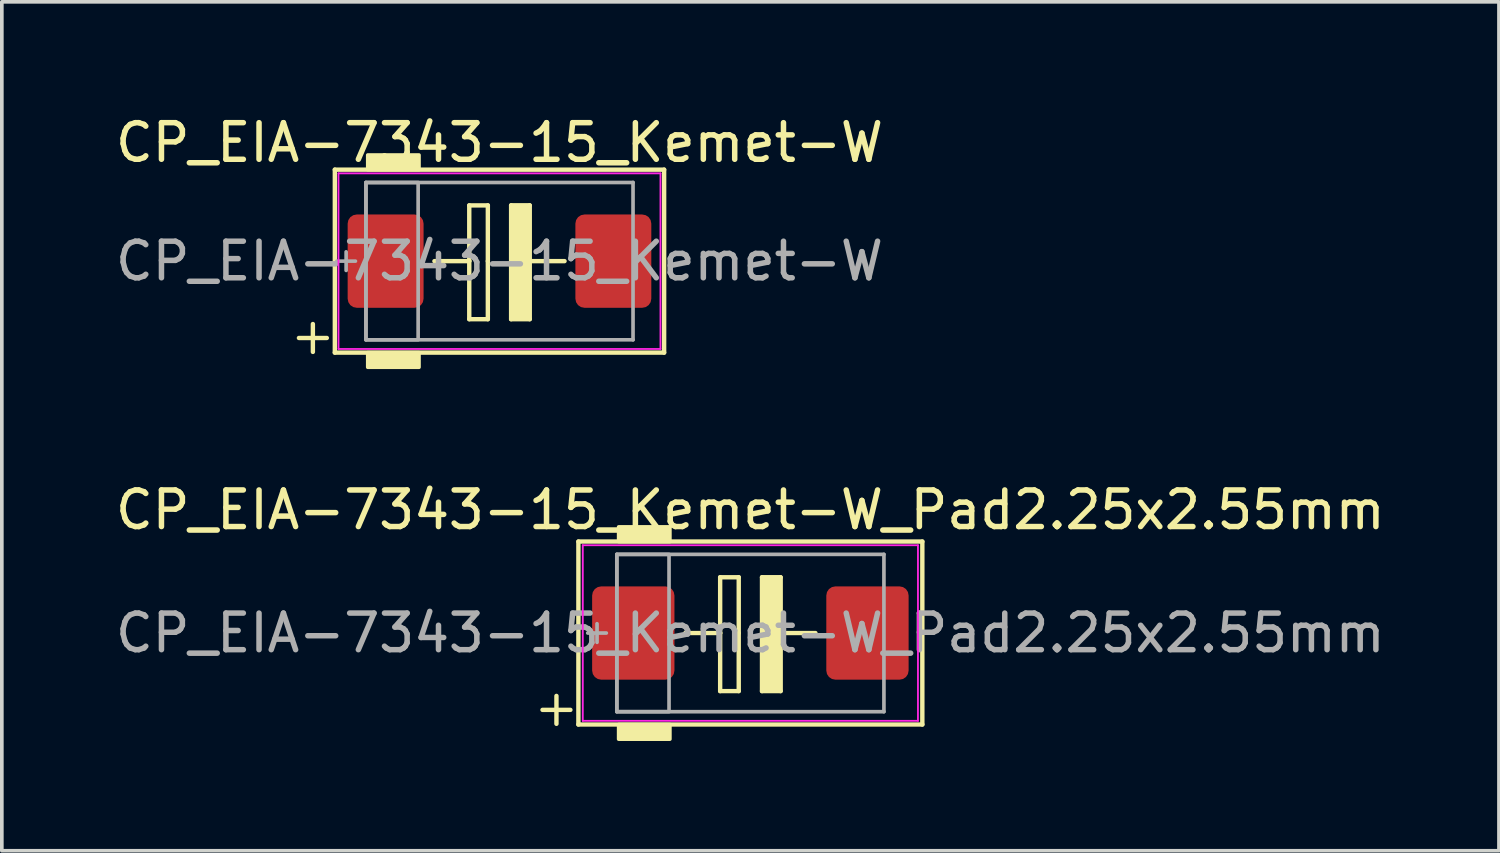
<source format=kicad_pcb>
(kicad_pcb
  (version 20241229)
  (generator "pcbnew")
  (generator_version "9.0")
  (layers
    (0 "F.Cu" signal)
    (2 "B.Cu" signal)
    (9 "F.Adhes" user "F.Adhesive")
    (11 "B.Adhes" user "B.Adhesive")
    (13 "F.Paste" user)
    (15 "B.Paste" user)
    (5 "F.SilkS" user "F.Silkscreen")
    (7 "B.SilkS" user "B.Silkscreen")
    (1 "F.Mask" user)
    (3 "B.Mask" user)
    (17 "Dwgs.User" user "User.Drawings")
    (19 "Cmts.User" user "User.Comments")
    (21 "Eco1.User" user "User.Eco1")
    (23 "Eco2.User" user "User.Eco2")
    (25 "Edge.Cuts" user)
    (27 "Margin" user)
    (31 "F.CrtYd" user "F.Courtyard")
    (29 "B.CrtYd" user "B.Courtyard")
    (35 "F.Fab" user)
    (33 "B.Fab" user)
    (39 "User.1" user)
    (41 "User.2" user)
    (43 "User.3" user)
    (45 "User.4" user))
  (footprint "CP_EIA-7343-15_Kemet-W_Pad2.25x2.55mm"
    (layer "F.Cu")
    (at 17.458 14.251)
    (property "Reference" "CP_EIA-7343-15_Kemet-W_Pad2.25x2.55mm" (at 0 -3.365 0) (layer "F.SilkS") (effects (font (size 1 1) (thickness 0.15))))
    (attr smd)
    (fp_line (start -5.681 2.1) (end -4.919 2.1) (stroke (width 0.12) (type solid)) (layer "F.SilkS"))
    (fp_line (start -5.3 1.719) (end -5.3 2.481) (stroke (width 0.12) (type solid)) (layer "F.SilkS"))
    (fp_line (start -4.7 -2.5) (end -4.7 2.5) (stroke (width 0.12) (type solid)) (layer "F.SilkS"))
    (fp_line (start -4.7 2.5) (end 4.7 2.5) (stroke (width 0.12) (type solid)) (layer "F.SilkS"))
    (fp_line (start -1.778 0) (end -0.826 0) (stroke (width 0.12) (type solid)) (layer "F.SilkS"))
    (fp_line (start -0.826 -1.524) (end -0.826 0) (stroke (width 0.12) (type solid)) (layer "F.SilkS"))
    (fp_line (start -0.826 1.587) (end -0.826 0) (stroke (width 0.12) (type solid)) (layer "F.SilkS"))
    (fp_line (start -0.826 1.587) (end -0.318 1.587) (stroke (width 0.12) (type solid)) (layer "F.SilkS"))
    (fp_line (start -0.318 -1.524) (end -0.826 -1.524) (stroke (width 0.12) (type solid)) (layer "F.SilkS"))
    (fp_line (start -0.318 -1.524) (end -0.318 0) (stroke (width 0.12) (type solid)) (layer "F.SilkS"))
    (fp_line (start -0.318 1.587) (end -0.318 0) (stroke (width 0.12) (type solid)) (layer "F.SilkS"))
    (fp_line (start 0.318 -1.524) (end 0.318 0) (stroke (width 0.12) (type solid)) (layer "F.SilkS"))
    (fp_line (start 0.318 1.587) (end 0.318 0) (stroke (width 0.12) (type solid)) (layer "F.SilkS"))
    (fp_line (start 0.318 1.587) (end 0.826 1.587) (stroke (width 0.12) (type solid)) (layer "F.SilkS"))
    (fp_line (start 0.826 -1.524) (end 0.318 -1.524) (stroke (width 0.12) (type solid)) (layer "F.SilkS"))
    (fp_line (start 0.826 -1.524) (end 0.826 0) (stroke (width 0.12) (type solid)) (layer "F.SilkS"))
    (fp_line (start 0.826 0) (end 1.778 0) (stroke (width 0.12) (type solid)) (layer "F.SilkS"))
    (fp_line (start 0.826 1.587) (end 0.826 0) (stroke (width 0.12) (type solid)) (layer "F.SilkS"))
    (fp_line (start 4.7 -2.5) (end -4.7 -2.5) (stroke (width 0.12) (type solid)) (layer "F.SilkS"))
    (fp_line (start 4.7 2.5) (end 4.7 -2.5) (stroke (width 0.12) (type solid)) (layer "F.SilkS"))
    (fp_poly (pts (xy -2.2 -2.5) (xy -3.6 -2.5) (xy -3.6 -2.9) (xy -2.2 -2.9)) (stroke (width 0.1) (type solid)) (fill yes) (layer "F.SilkS"))
    (fp_poly (pts (xy -2.2 2.9) (xy -3.6 2.9) (xy -3.6 2.5) (xy -2.2 2.5)) (stroke (width 0.1) (type solid)) (fill yes) (layer "F.SilkS"))
    (fp_poly (pts (xy 0.826 1.587) (xy 0.318 1.587) (xy 0.318 -1.524) (xy 0.826 -1.524)) (stroke (width 0.1) (type solid)) (fill yes) (layer "F.SilkS"))
    (fp_line (start -4.58 -2.4) (end 4.58 -2.4) (stroke (width 0.05) (type solid)) (layer "F.CrtYd"))
    (fp_line (start -4.58 2.4) (end -4.58 -2.4) (stroke (width 0.05) (type solid)) (layer "F.CrtYd"))
    (fp_line (start 4.58 -2.4) (end 4.58 2.4) (stroke (width 0.05) (type solid)) (layer "F.CrtYd"))
    (fp_line (start 4.58 2.4) (end -4.58 2.4) (stroke (width 0.05) (type solid)) (layer "F.CrtYd"))
    (fp_line (start -4.191 -0.254) (end -4.191 0.254) (stroke (width 0.1) (type solid)) (layer "F.Fab"))
    (fp_line (start -3.937 0) (end -4.445 0) (stroke (width 0.1) (type solid)) (layer "F.Fab"))
    (fp_line (start -3.65 -2.15) (end -3.65 2.15) (stroke (width 0.1) (type solid)) (layer "F.Fab"))
    (fp_line (start -3.65 2.15) (end 3.65 2.15) (stroke (width 0.1) (type solid)) (layer "F.Fab"))
    (fp_line (start 3.65 -2.15) (end -3.65 -2.15) (stroke (width 0.1) (type solid)) (layer "F.Fab"))
    (fp_line (start 3.65 2.15) (end 3.65 -2.15) (stroke (width 0.1) (type solid)) (layer "F.Fab"))
    (fp_rect (start -3.65 -2.15) (end -2.223 2.15) (stroke (width 0.1) (type solid)) (fill no) (layer "F.Fab"))
    (fp_text user "${REFERENCE}" (at 0 0 0) (layer "F.Fab") (effects (font (size 1 1) (thickness 0.15))))
    (pad "1" smd roundrect (at -3.2 0) (size 2.25 2.55) (layers "F.Cu" "F.Mask" "F.Paste") (roundrect_rratio 0.111))
    (pad "2" smd roundrect (at 3.2 0) (size 2.25 2.55) (layers "F.Cu" "F.Mask" "F.Paste") (roundrect_rratio 0.111)))
  (footprint "CP_EIA-7343-15_Kemet-W"
    (layer "F.Cu")
    (at 10.601 4.087)
    (property "Reference" "CP_EIA-7343-15_Kemet-W" (at 0 -3.239 0) (layer "F.SilkS") (effects (font (size 1 1) (thickness 0.15))))
    (attr smd)
    (fp_line (start -5.481 2.1) (end -4.719 2.1) (stroke (width 0.12) (type solid)) (layer "F.SilkS"))
    (fp_line (start -5.1 1.719) (end -5.1 2.481) (stroke (width 0.12) (type solid)) (layer "F.SilkS"))
    (fp_line (start -4.5 -2.5) (end -4.5 2.5) (stroke (width 0.12) (type solid)) (layer "F.SilkS"))
    (fp_line (start -4.5 2.5) (end 4.5 2.5) (stroke (width 0.12) (type solid)) (layer "F.SilkS"))
    (fp_line (start -1.778 0) (end -0.826 0) (stroke (width 0.12) (type solid)) (layer "F.SilkS"))
    (fp_line (start -0.826 -1.524) (end -0.826 0) (stroke (width 0.12) (type solid)) (layer "F.SilkS"))
    (fp_line (start -0.826 1.587) (end -0.826 0) (stroke (width 0.12) (type solid)) (layer "F.SilkS"))
    (fp_line (start -0.826 1.587) (end -0.318 1.587) (stroke (width 0.12) (type solid)) (layer "F.SilkS"))
    (fp_line (start -0.318 -1.524) (end -0.826 -1.524) (stroke (width 0.12) (type solid)) (layer "F.SilkS"))
    (fp_line (start -0.318 -1.524) (end -0.318 0) (stroke (width 0.12) (type solid)) (layer "F.SilkS"))
    (fp_line (start -0.318 1.587) (end -0.318 0) (stroke (width 0.12) (type solid)) (layer "F.SilkS"))
    (fp_line (start 0.318 -1.524) (end 0.318 0) (stroke (width 0.12) (type solid)) (layer "F.SilkS"))
    (fp_line (start 0.318 1.587) (end 0.318 0) (stroke (width 0.12) (type solid)) (layer "F.SilkS"))
    (fp_line (start 0.318 1.587) (end 0.826 1.587) (stroke (width 0.12) (type solid)) (layer "F.SilkS"))
    (fp_line (start 0.826 -1.524) (end 0.318 -1.524) (stroke (width 0.12) (type solid)) (layer "F.SilkS"))
    (fp_line (start 0.826 -1.524) (end 0.826 0) (stroke (width 0.12) (type solid)) (layer "F.SilkS"))
    (fp_line (start 0.826 0) (end 1.778 0) (stroke (width 0.12) (type solid)) (layer "F.SilkS"))
    (fp_line (start 0.826 1.587) (end 0.826 0) (stroke (width 0.12) (type solid)) (layer "F.SilkS"))
    (fp_line (start 4.5 -2.5) (end -4.5 -2.5) (stroke (width 0.12) (type solid)) (layer "F.SilkS"))
    (fp_line (start 4.5 2.5) (end 4.5 -2.5) (stroke (width 0.12) (type solid)) (layer "F.SilkS"))
    (fp_poly (pts (xy -2.2 -2.5) (xy -3.6 -2.5) (xy -3.6 -2.9) (xy -2.2 -2.9)) (stroke (width 0.1) (type solid)) (fill yes) (layer "F.SilkS"))
    (fp_poly (pts (xy -2.2 2.9) (xy -3.6 2.9) (xy -3.6 2.5) (xy -2.2 2.5)) (stroke (width 0.1) (type solid)) (fill yes) (layer "F.SilkS"))
    (fp_poly (pts (xy 0.826 1.587) (xy 0.318 1.587) (xy 0.318 -1.524) (xy 0.826 -1.524)) (stroke (width 0.1) (type solid)) (fill yes) (layer "F.SilkS"))
    (fp_line (start -4.4 -2.4) (end 4.4 -2.4) (stroke (width 0.05) (type solid)) (layer "F.CrtYd"))
    (fp_line (start -4.4 2.4) (end -4.4 -2.4) (stroke (width 0.05) (type solid)) (layer "F.CrtYd"))
    (fp_line (start 4.4 -2.4) (end 4.4 2.4) (stroke (width 0.05) (type solid)) (layer "F.CrtYd"))
    (fp_line (start 4.4 2.4) (end -4.4 2.4) (stroke (width 0.05) (type solid)) (layer "F.CrtYd"))
    (fp_line (start -4.191 -0.254) (end -4.191 0.254) (stroke (width 0.1) (type solid)) (layer "F.Fab"))
    (fp_line (start -3.937 0) (end -4.445 0) (stroke (width 0.1) (type solid)) (layer "F.Fab"))
    (fp_line (start -3.65 -2.15) (end -3.65 2.15) (stroke (width 0.1) (type solid)) (layer "F.Fab"))
    (fp_line (start -3.65 2.15) (end 3.65 2.15) (stroke (width 0.1) (type solid)) (layer "F.Fab"))
    (fp_line (start 3.65 -2.15) (end -3.65 -2.15) (stroke (width 0.1) (type solid)) (layer "F.Fab"))
    (fp_line (start 3.65 2.15) (end 3.65 -2.15) (stroke (width 0.1) (type solid)) (layer "F.Fab"))
    (fp_rect (start -3.65 -2.15) (end -2.223 2.15) (stroke (width 0.1) (type solid)) (fill no) (layer "F.Fab"))
    (fp_text user "${REFERENCE}" (at 0 0 0) (layer "F.Fab") (effects (font (size 1 1) (thickness 0.15))))
    (pad "1" smd roundrect (at -3.112 0) (size 2.075 2.55) (layers "F.Cu" "F.Mask" "F.Paste") (roundrect_rratio 0.12))
    (pad "2" smd roundrect (at 3.112 0) (size 2.075 2.55) (layers "F.Cu" "F.Mask" "F.Paste") (roundrect_rratio 0.12)))
  (gr_rect
    (start -3 -3)
    (end 37.917 20.201)
    (stroke (width 0.1) (type default))
    (fill no)
    (layer "Edge.Cuts")))
</source>
